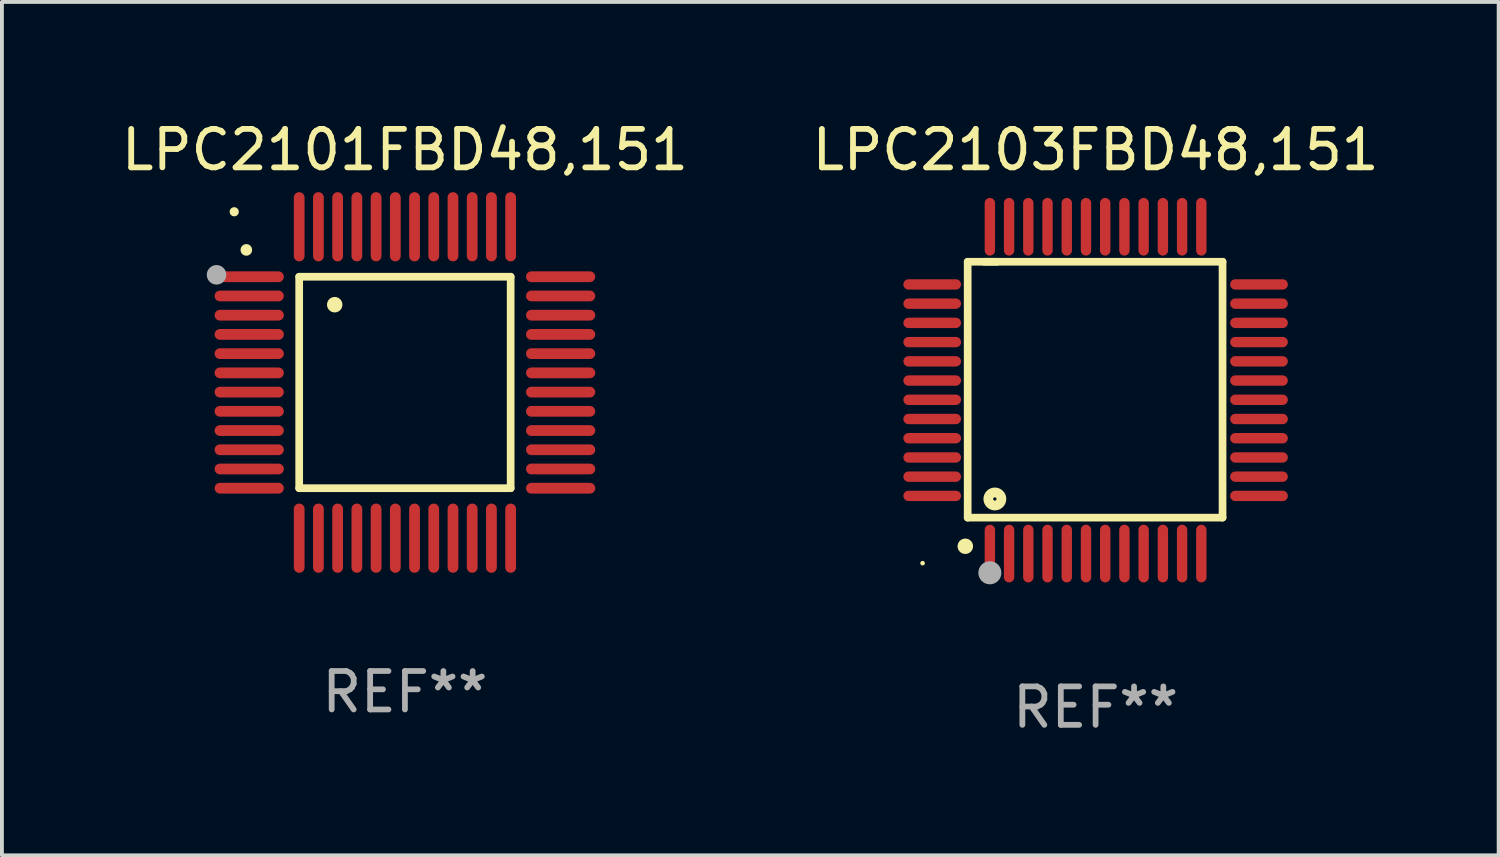
<source format=kicad_pcb>
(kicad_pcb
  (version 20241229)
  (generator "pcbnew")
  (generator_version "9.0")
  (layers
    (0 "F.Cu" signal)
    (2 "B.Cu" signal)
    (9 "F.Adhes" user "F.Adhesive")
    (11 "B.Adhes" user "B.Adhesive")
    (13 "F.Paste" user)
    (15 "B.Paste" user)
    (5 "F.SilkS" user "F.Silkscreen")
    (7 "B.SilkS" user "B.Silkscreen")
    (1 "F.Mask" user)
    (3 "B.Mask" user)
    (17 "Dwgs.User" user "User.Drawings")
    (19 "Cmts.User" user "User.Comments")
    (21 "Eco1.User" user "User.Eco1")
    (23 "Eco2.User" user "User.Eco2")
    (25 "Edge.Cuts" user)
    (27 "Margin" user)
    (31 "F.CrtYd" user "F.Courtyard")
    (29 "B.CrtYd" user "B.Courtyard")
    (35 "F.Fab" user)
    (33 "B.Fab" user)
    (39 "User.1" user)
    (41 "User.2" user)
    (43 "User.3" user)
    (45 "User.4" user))
  (footprint "LPC2101FBD48,151"
    (layer "F.Cu")
    (at 7.482 6.898)
    (property "Reference" "LPC2101FBD48,151" (at 0 -6.05 0) (layer "F.SilkS") (effects (font (size 1 1) (thickness 0.15))))
    (attr through_hole)
    (fp_line (start -2.75 -2.75) (end 2.75 -2.75) (stroke (width 0.2) (type solid)) (layer "F.SilkS"))
    (fp_line (start -2.75 2.75) (end -2.75 -2.75) (stroke (width 0.2) (type solid)) (layer "F.SilkS"))
    (fp_line (start 2.75 -2.75) (end 2.75 2.75) (stroke (width 0.2) (type solid)) (layer "F.SilkS"))
    (fp_line (start 2.75 2.75) (end -2.75 2.75) (stroke (width 0.2) (type solid)) (layer "F.SilkS"))
    (fp_arc (start -4.124968 -3.446787) (mid -4.124973 -3.448057) (end -4.124968 -3.449327) (stroke (width 0.3) (type solid)) (layer "F.SilkS"))
    (fp_arc (start -1.826264 -2.021844) (mid -1.826268 -2.023114) (end -1.826264 -2.024384) (stroke (width 0.4) (type solid)) (layer "F.SilkS"))
    (fp_circle (center -4.44 -4.44) (end -4.38 -4.44) (stroke (width 0.12) (type solid)) (fill no) (layer "F.SilkS"))
    (fp_circle (center -4.9 -2.8) (end -4.773 -2.8) (stroke (width 0.254) (type solid)) (fill no) (layer "F.Fab"))
    (fp_text user "REF**" (at 0 8.05 0) (layer "F.Fab") (effects (font (size 1 1) (thickness 0.15))))
    (pad "1" smd oval (at -4.05 -2.75 90) (size 0.28 1.8) (layers "F.Cu" "F.Mask" "F.Paste"))
    (pad "2" smd oval (at -4.05 -2.25 90) (size 0.28 1.8) (layers "F.Cu" "F.Mask" "F.Paste"))
    (pad "3" smd oval (at -4.05 -1.75 90) (size 0.28 1.8) (layers "F.Cu" "F.Mask" "F.Paste"))
    (pad "4" smd oval (at -4.05 -1.25 90) (size 0.28 1.8) (layers "F.Cu" "F.Mask" "F.Paste"))
    (pad "5" smd oval (at -4.05 -0.75 90) (size 0.28 1.8) (layers "F.Cu" "F.Mask" "F.Paste"))
    (pad "6" smd oval (at -4.05 -0.25 90) (size 0.28 1.8) (layers "F.Cu" "F.Mask" "F.Paste"))
    (pad "7" smd oval (at -4.05 0.25 90) (size 0.28 1.8) (layers "F.Cu" "F.Mask" "F.Paste"))
    (pad "8" smd oval (at -4.05 0.75 90) (size 0.28 1.8) (layers "F.Cu" "F.Mask" "F.Paste"))
    (pad "9" smd oval (at -4.05 1.25 90) (size 0.28 1.8) (layers "F.Cu" "F.Mask" "F.Paste"))
    (pad "10" smd oval (at -4.05 1.75 90) (size 0.28 1.8) (layers "F.Cu" "F.Mask" "F.Paste"))
    (pad "11" smd oval (at -4.05 2.25 90) (size 0.28 1.8) (layers "F.Cu" "F.Mask" "F.Paste"))
    (pad "12" smd oval (at -4.05 2.75 90) (size 0.28 1.8) (layers "F.Cu" "F.Mask" "F.Paste"))
    (pad "13" smd oval (at -2.75 4.05) (size 0.28 1.8) (layers "F.Cu" "F.Mask" "F.Paste"))
    (pad "14" smd oval (at -2.25 4.05) (size 0.28 1.8) (layers "F.Cu" "F.Mask" "F.Paste"))
    (pad "15" smd oval (at -1.75 4.05) (size 0.28 1.8) (layers "F.Cu" "F.Mask" "F.Paste"))
    (pad "16" smd oval (at -1.25 4.05) (size 0.28 1.8) (layers "F.Cu" "F.Mask" "F.Paste"))
    (pad "17" smd oval (at -0.75 4.05) (size 0.28 1.8) (layers "F.Cu" "F.Mask" "F.Paste"))
    (pad "18" smd oval (at -0.25 4.05) (size 0.28 1.8) (layers "F.Cu" "F.Mask" "F.Paste"))
    (pad "19" smd oval (at 0.25 4.05) (size 0.28 1.8) (layers "F.Cu" "F.Mask" "F.Paste"))
    (pad "20" smd oval (at 0.75 4.05) (size 0.28 1.8) (layers "F.Cu" "F.Mask" "F.Paste"))
    (pad "21" smd oval (at 1.25 4.05) (size 0.28 1.8) (layers "F.Cu" "F.Mask" "F.Paste"))
    (pad "22" smd oval (at 1.75 4.05) (size 0.28 1.8) (layers "F.Cu" "F.Mask" "F.Paste"))
    (pad "23" smd oval (at 2.25 4.05) (size 0.28 1.8) (layers "F.Cu" "F.Mask" "F.Paste"))
    (pad "24" smd oval (at 2.75 4.05) (size 0.28 1.8) (layers "F.Cu" "F.Mask" "F.Paste"))
    (pad "25" smd oval (at 4.05 2.75 90) (size 0.28 1.8) (layers "F.Cu" "F.Mask" "F.Paste"))
    (pad "26" smd oval (at 4.05 2.25 90) (size 0.28 1.8) (layers "F.Cu" "F.Mask" "F.Paste"))
    (pad "27" smd oval (at 4.05 1.75 90) (size 0.28 1.8) (layers "F.Cu" "F.Mask" "F.Paste"))
    (pad "28" smd oval (at 4.05 1.25 90) (size 0.28 1.8) (layers "F.Cu" "F.Mask" "F.Paste"))
    (pad "29" smd oval (at 4.05 0.75 90) (size 0.28 1.8) (layers "F.Cu" "F.Mask" "F.Paste"))
    (pad "30" smd oval (at 4.05 0.25 90) (size 0.28 1.8) (layers "F.Cu" "F.Mask" "F.Paste"))
    (pad "31" smd oval (at 4.05 -0.25 90) (size 0.28 1.8) (layers "F.Cu" "F.Mask" "F.Paste"))
    (pad "32" smd oval (at 4.05 -0.75 90) (size 0.28 1.8) (layers "F.Cu" "F.Mask" "F.Paste"))
    (pad "33" smd oval (at 4.05 -1.25 90) (size 0.28 1.8) (layers "F.Cu" "F.Mask" "F.Paste"))
    (pad "34" smd oval (at 4.05 -1.75 90) (size 0.28 1.8) (layers "F.Cu" "F.Mask" "F.Paste"))
    (pad "35" smd oval (at 4.05 -2.25 90) (size 0.28 1.8) (layers "F.Cu" "F.Mask" "F.Paste"))
    (pad "36" smd oval (at 4.05 -2.75 90) (size 0.28 1.8) (layers "F.Cu" "F.Mask" "F.Paste"))
    (pad "37" smd oval (at 2.75 -4.05) (size 0.28 1.8) (layers "F.Cu" "F.Mask" "F.Paste"))
    (pad "38" smd oval (at 2.25 -4.05) (size 0.28 1.8) (layers "F.Cu" "F.Mask" "F.Paste"))
    (pad "39" smd oval (at 1.75 -4.05) (size 0.28 1.8) (layers "F.Cu" "F.Mask" "F.Paste"))
    (pad "40" smd oval (at 1.25 -4.05) (size 0.28 1.8) (layers "F.Cu" "F.Mask" "F.Paste"))
    (pad "41" smd oval (at 0.75 -4.05) (size 0.28 1.8) (layers "F.Cu" "F.Mask" "F.Paste"))
    (pad "42" smd oval (at 0.25 -4.05) (size 0.28 1.8) (layers "F.Cu" "F.Mask" "F.Paste"))
    (pad "43" smd oval (at -0.25 -4.05) (size 0.28 1.8) (layers "F.Cu" "F.Mask" "F.Paste"))
    (pad "44" smd oval (at -0.75 -4.05) (size 0.28 1.8) (layers "F.Cu" "F.Mask" "F.Paste"))
    (pad "45" smd oval (at -1.25 -4.05) (size 0.28 1.8) (layers "F.Cu" "F.Mask" "F.Paste"))
    (pad "46" smd oval (at -1.75 -4.05) (size 0.28 1.8) (layers "F.Cu" "F.Mask" "F.Paste"))
    (pad "47" smd oval (at -2.25 -4.05) (size 0.28 1.8) (layers "F.Cu" "F.Mask" "F.Paste"))
    (pad "48" smd oval (at -2.75 -4.05) (size 0.28 1.8) (layers "F.Cu" "F.Mask" "F.Paste")))
  (footprint "LPC2103FBD48,151"
    (layer "F.Cu")
    (at 25.446 7.098)
    (property "Reference" "LPC2103FBD48,151" (at 0 -6.25 0) (layer "F.SilkS") (effects (font (size 1 1) (thickness 0.15))))
    (attr through_hole)
    (fp_line (start -3.327 -3.34) (end -2.565 -3.34) (stroke (width 0.2) (type solid)) (layer "F.SilkS"))
    (fp_line (start -3.327 3.315) (end -3.327 -3.34) (stroke (width 0.2) (type solid)) (layer "F.SilkS"))
    (fp_line (start -2.896 -3.34) (end 3.302 -3.34) (stroke (width 0.2) (type solid)) (layer "F.SilkS"))
    (fp_line (start 3.302 -3.34) (end 3.302 3.315) (stroke (width 0.2) (type solid)) (layer "F.SilkS"))
    (fp_line (start 3.302 3.315) (end -3.327 3.315) (stroke (width 0.2) (type solid)) (layer "F.SilkS"))
    (fp_arc (start -3.389992 4.059995) (mid -3.388722 4.059991) (end -3.387452 4.059995) (stroke (width 0.4) (type solid)) (layer "F.SilkS"))
    (fp_circle (center -4.5 4.5) (end -4.47 4.5) (stroke (width 0.06) (type solid)) (fill no) (layer "F.SilkS"))
    (fp_circle (center -2.62 2.83) (end -2.45 2.83) (stroke (width 0.254) (type solid)) (fill no) (layer "F.SilkS"))
    (fp_circle (center -2.75 4.75) (end -2.6 4.75) (stroke (width 0.3) (type solid)) (fill no) (layer "F.Fab"))
    (fp_text user "REF**" (at 0 8.25 0) (layer "F.Fab") (effects (font (size 1 1) (thickness 0.15))))
    (pad "1" smd oval (at -2.75 4.25) (size 0.27 1.5) (layers "F.Cu" "F.Mask" "F.Paste"))
    (pad "2" smd oval (at -2.25 4.25) (size 0.27 1.5) (layers "F.Cu" "F.Mask" "F.Paste"))
    (pad "3" smd oval (at -1.75 4.25) (size 0.27 1.5) (layers "F.Cu" "F.Mask" "F.Paste"))
    (pad "4" smd oval (at -1.25 4.25) (size 0.27 1.5) (layers "F.Cu" "F.Mask" "F.Paste"))
    (pad "5" smd oval (at -0.75 4.25) (size 0.27 1.5) (layers "F.Cu" "F.Mask" "F.Paste"))
    (pad "6" smd oval (at -0.25 4.25) (size 0.27 1.5) (layers "F.Cu" "F.Mask" "F.Paste"))
    (pad "7" smd oval (at 0.25 4.25) (size 0.27 1.5) (layers "F.Cu" "F.Mask" "F.Paste"))
    (pad "8" smd oval (at 0.75 4.25) (size 0.27 1.5) (layers "F.Cu" "F.Mask" "F.Paste"))
    (pad "9" smd oval (at 1.25 4.25) (size 0.27 1.5) (layers "F.Cu" "F.Mask" "F.Paste"))
    (pad "10" smd oval (at 1.75 4.25) (size 0.27 1.5) (layers "F.Cu" "F.Mask" "F.Paste"))
    (pad "11" smd oval (at 2.25 4.25) (size 0.27 1.5) (layers "F.Cu" "F.Mask" "F.Paste"))
    (pad "12" smd oval (at 2.75 4.25) (size 0.27 1.5) (layers "F.Cu" "F.Mask" "F.Paste"))
    (pad "13" smd oval (at 4.25 2.75) (size 1.5 0.27) (layers "F.Cu" "F.Mask" "F.Paste"))
    (pad "14" smd oval (at 4.25 2.25) (size 1.5 0.27) (layers "F.Cu" "F.Mask" "F.Paste"))
    (pad "15" smd oval (at 4.25 1.75) (size 1.5 0.27) (layers "F.Cu" "F.Mask" "F.Paste"))
    (pad "16" smd oval (at 4.25 1.25) (size 1.5 0.27) (layers "F.Cu" "F.Mask" "F.Paste"))
    (pad "17" smd oval (at 4.25 0.75) (size 1.5 0.27) (layers "F.Cu" "F.Mask" "F.Paste"))
    (pad "18" smd oval (at 4.25 0.25) (size 1.5 0.27) (layers "F.Cu" "F.Mask" "F.Paste"))
    (pad "19" smd oval (at 4.25 -0.25) (size 1.5 0.27) (layers "F.Cu" "F.Mask" "F.Paste"))
    (pad "20" smd oval (at 4.25 -0.75) (size 1.5 0.27) (layers "F.Cu" "F.Mask" "F.Paste"))
    (pad "21" smd oval (at 4.25 -1.25) (size 1.5 0.27) (layers "F.Cu" "F.Mask" "F.Paste"))
    (pad "22" smd oval (at 4.25 -1.75) (size 1.5 0.27) (layers "F.Cu" "F.Mask" "F.Paste"))
    (pad "23" smd oval (at 4.25 -2.25) (size 1.5 0.27) (layers "F.Cu" "F.Mask" "F.Paste"))
    (pad "24" smd oval (at 4.25 -2.75) (size 1.5 0.27) (layers "F.Cu" "F.Mask" "F.Paste"))
    (pad "25" smd oval (at 2.75 -4.25) (size 0.27 1.5) (layers "F.Cu" "F.Mask" "F.Paste"))
    (pad "26" smd oval (at 2.25 -4.25) (size 0.27 1.5) (layers "F.Cu" "F.Mask" "F.Paste"))
    (pad "27" smd oval (at 1.75 -4.25) (size 0.27 1.5) (layers "F.Cu" "F.Mask" "F.Paste"))
    (pad "28" smd oval (at 1.25 -4.25) (size 0.27 1.5) (layers "F.Cu" "F.Mask" "F.Paste"))
    (pad "29" smd oval (at 0.75 -4.25) (size 0.27 1.5) (layers "F.Cu" "F.Mask" "F.Paste"))
    (pad "30" smd oval (at 0.25 -4.25) (size 0.27 1.5) (layers "F.Cu" "F.Mask" "F.Paste"))
    (pad "31" smd oval (at -0.25 -4.25) (size 0.27 1.5) (layers "F.Cu" "F.Mask" "F.Paste"))
    (pad "32" smd oval (at -0.75 -4.25) (size 0.27 1.5) (layers "F.Cu" "F.Mask" "F.Paste"))
    (pad "33" smd oval (at -1.25 -4.25) (size 0.27 1.5) (layers "F.Cu" "F.Mask" "F.Paste"))
    (pad "34" smd oval (at -1.75 -4.25) (size 0.27 1.5) (layers "F.Cu" "F.Mask" "F.Paste"))
    (pad "35" smd oval (at -2.25 -4.25) (size 0.27 1.5) (layers "F.Cu" "F.Mask" "F.Paste"))
    (pad "36" smd oval (at -2.75 -4.25) (size 0.27 1.5) (layers "F.Cu" "F.Mask" "F.Paste"))
    (pad "37" smd oval (at -4.25 -2.75) (size 1.5 0.27) (layers "F.Cu" "F.Mask" "F.Paste"))
    (pad "38" smd oval (at -4.25 -2.25) (size 1.5 0.27) (layers "F.Cu" "F.Mask" "F.Paste"))
    (pad "39" smd oval (at -4.25 -1.75) (size 1.5 0.27) (layers "F.Cu" "F.Mask" "F.Paste"))
    (pad "40" smd oval (at -4.25 -1.25) (size 1.5 0.27) (layers "F.Cu" "F.Mask" "F.Paste"))
    (pad "41" smd oval (at -4.25 -0.75) (size 1.5 0.27) (layers "F.Cu" "F.Mask" "F.Paste"))
    (pad "42" smd oval (at -4.25 -0.25) (size 1.5 0.27) (layers "F.Cu" "F.Mask" "F.Paste"))
    (pad "43" smd oval (at -4.25 0.25) (size 1.5 0.27) (layers "F.Cu" "F.Mask" "F.Paste"))
    (pad "44" smd oval (at -4.25 0.75) (size 1.5 0.27) (layers "F.Cu" "F.Mask" "F.Paste"))
    (pad "45" smd oval (at -4.25 1.25) (size 1.5 0.27) (layers "F.Cu" "F.Mask" "F.Paste"))
    (pad "46" smd oval (at -4.25 1.75) (size 1.5 0.27) (layers "F.Cu" "F.Mask" "F.Paste"))
    (pad "47" smd oval (at -4.25 2.25) (size 1.5 0.27) (layers "F.Cu" "F.Mask" "F.Paste"))
    (pad "48" smd oval (at -4.25 2.75) (size 1.5 0.27) (layers "F.Cu" "F.Mask" "F.Paste")))
  (gr_rect
    (start -3 -3)
    (end 35.929 19.196)
    (stroke (width 0.1) (type default))
    (fill no)
    (layer "Edge.Cuts")))
</source>
